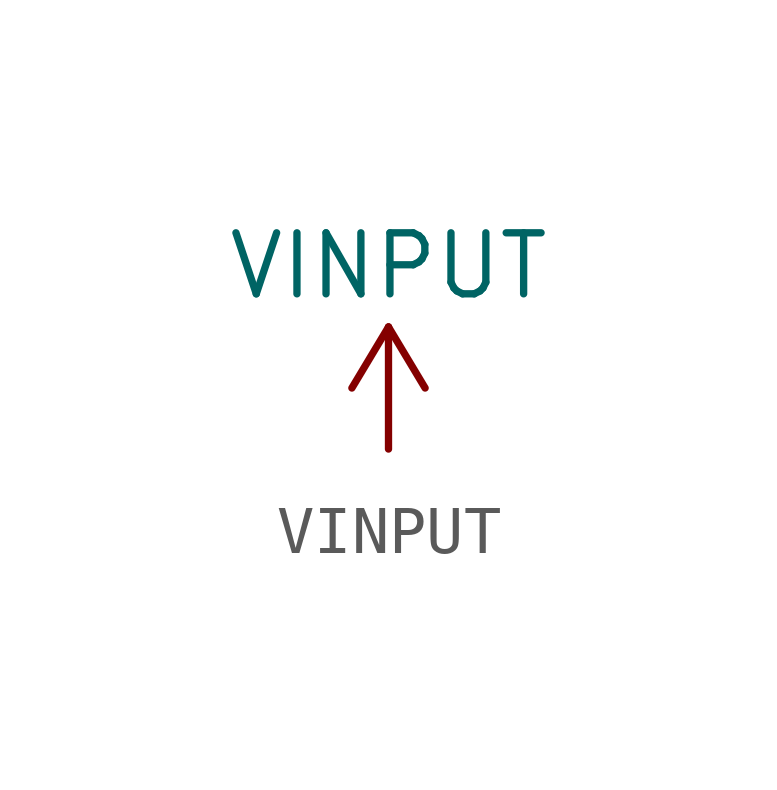
<source format=kicad_sym>
(kicad_symbol_lib
  (version 20220914)
  (generator kicad_symbol_editor)
  (symbol "VINPUT"
    (power)
    (pin_names
      (offset 0))
    (property "Reference" "#PWR0480"
      (at 0 -3.81 0)
      (effects (font (size 1.27 1.27)) hide))
    (property "Value" "VINPUT"
      (at 0 3.81 0)
      (effects (font (size 1.27 1.27))))
    (symbol "VINPUT_0_1"
      (polyline (pts (xy -0.762 1.27) (xy 0 2.54)) (stroke (width 0) (type default)) (fill (type none)))
      (polyline (pts (xy 0 0) (xy 0 2.54)) (stroke (width 0) (type default)) (fill (type none)))
      (polyline (pts (xy 0 2.54) (xy 0.762 1.27)) (stroke (width 0) (type default)) (fill (type none))))
    (symbol "VINPUT_1_1"
      (pin power_in line (at 0 0 90) (length 0) hide (name "VINPUT" (effects (font (size 1.27 1.27)))) (number "1" (effects (font (size 1.27 1.27))))))))
</source>
